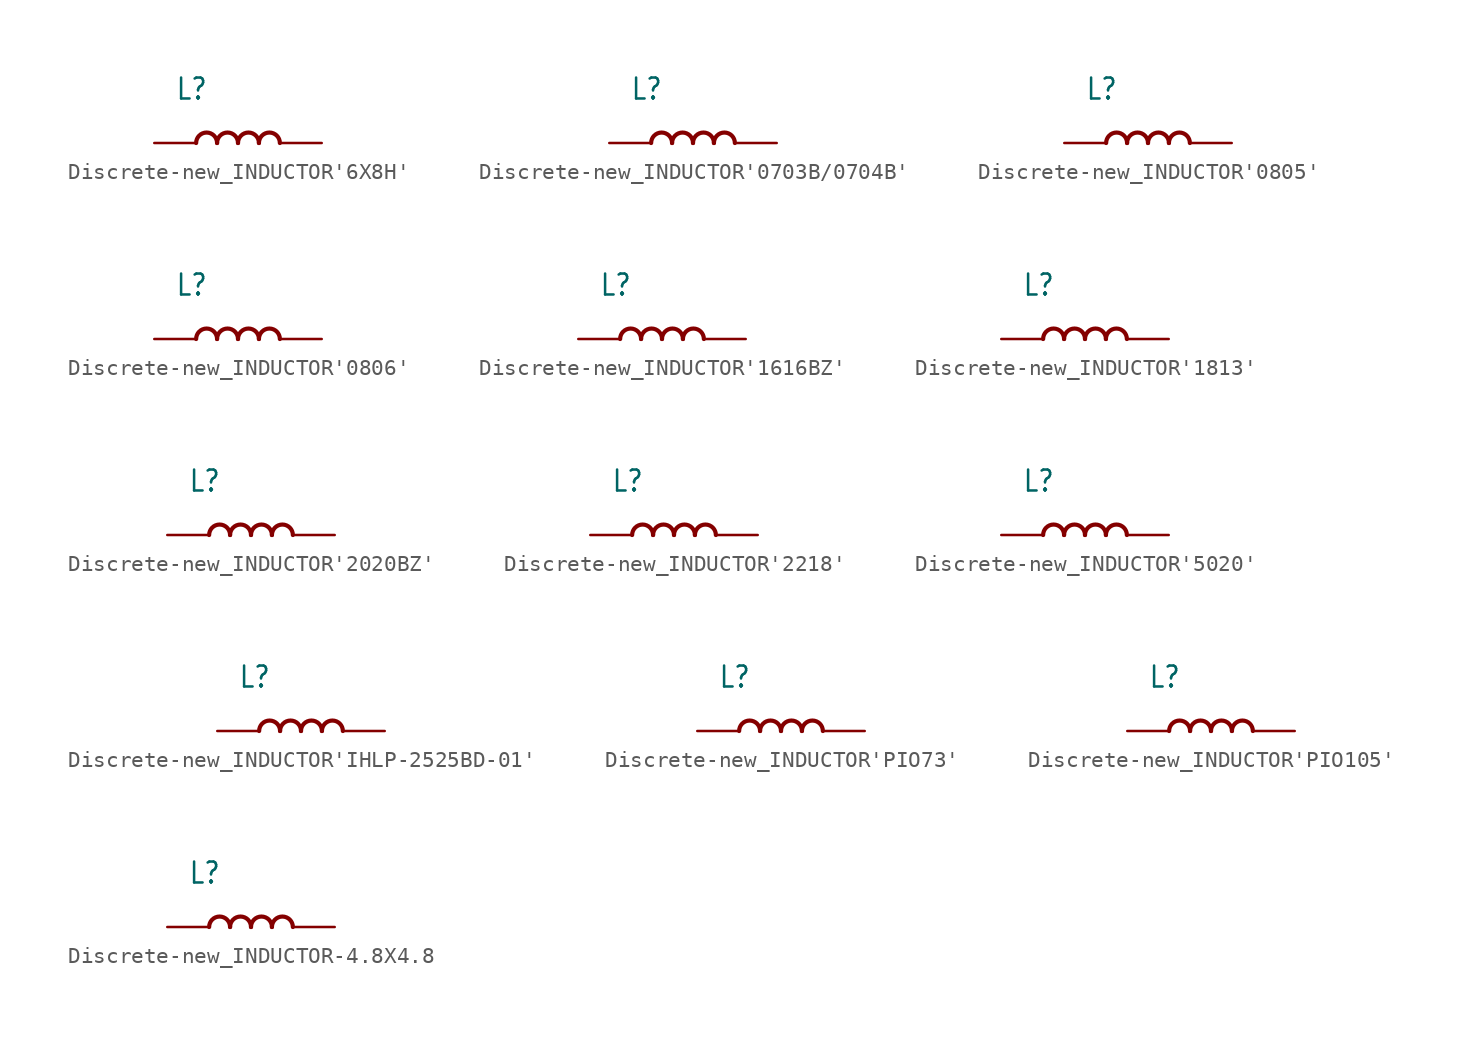
<source format=kicad_sym>
(kicad_symbol_lib
  (version 20231120)
  (generator "kicad_symbol_editor")
  (generator_version "8.0")
  (symbol "Discrete-new_INDUCTOR'6X8H'"
    (property "Reference" "L"
      (at -3.81 2.54 0)
      (effects (font (size 1.27 1.079)) (justify left bottom)))
    (property "Value" ""
      (at -3.81 1.27 0)
      (effects (font (size 1.27 1.079)) (justify left bottom)))
    (property "ki_locked" ""
      (at 0 0 0)
      (effects (font (size 1.27 1.27))))
    (symbol "Discrete-new_INDUCTOR'6X8H'_1_0"
      (arc (start -1.27 0) (mid -1.905 0.635) (end -2.54 0) (stroke (width 0.254) (type solid)) (fill (type none)))
      (arc (start 0 0) (mid -0.635 0.635) (end -1.27 0) (stroke (width 0.254) (type solid)) (fill (type none)))
      (arc (start 1.27 0) (mid 0.635 0.635) (end 0 0) (stroke (width 0.254) (type solid)) (fill (type none)))
      (arc (start 2.54 0) (mid 1.905 0.635) (end 1.27 0) (stroke (width 0.254) (type solid)) (fill (type none)))
      (pin passive line (at -5.08 0 0) (length 2.54) (name "1" (effects (font (size 0 0)))) (number "1" (effects (font (size 0 0)))))
      (pin passive line (at 5.08 0 180) (length 2.54) (name "2" (effects (font (size 0 0)))) (number "2" (effects (font (size 0 0)))))))
  (symbol "Discrete-new_INDUCTOR'0703B/0704B'"
    (property "Reference" "L"
      (at -3.81 2.54 0)
      (effects (font (size 1.27 1.079)) (justify left bottom)))
    (property "Value" ""
      (at -3.81 1.27 0)
      (effects (font (size 1.27 1.079)) (justify left bottom)))
    (property "ki_locked" ""
      (at 0 0 0)
      (effects (font (size 1.27 1.27))))
    (symbol "Discrete-new_INDUCTOR'0703B/0704B'_1_0"
      (arc (start -1.27 0) (mid -1.905 0.635) (end -2.54 0) (stroke (width 0.254) (type solid)) (fill (type none)))
      (arc (start 0 0) (mid -0.635 0.635) (end -1.27 0) (stroke (width 0.254) (type solid)) (fill (type none)))
      (arc (start 1.27 0) (mid 0.635 0.635) (end 0 0) (stroke (width 0.254) (type solid)) (fill (type none)))
      (arc (start 2.54 0) (mid 1.905 0.635) (end 1.27 0) (stroke (width 0.254) (type solid)) (fill (type none)))
      (pin passive line (at -5.08 0 0) (length 2.54) (name "1" (effects (font (size 0 0)))) (number "1" (effects (font (size 0 0)))))
      (pin passive line (at 5.08 0 180) (length 2.54) (name "2" (effects (font (size 0 0)))) (number "2" (effects (font (size 0 0)))))))
  (symbol "Discrete-new_INDUCTOR'0805'"
    (property "Reference" "L"
      (at -3.81 2.54 0)
      (effects (font (size 1.27 1.079)) (justify left bottom)))
    (property "Value" ""
      (at -3.81 1.27 0)
      (effects (font (size 1.27 1.079)) (justify left bottom)))
    (property "ki_locked" ""
      (at 0 0 0)
      (effects (font (size 1.27 1.27))))
    (symbol "Discrete-new_INDUCTOR'0805'_1_0"
      (arc (start -1.27 0) (mid -1.905 0.635) (end -2.54 0) (stroke (width 0.254) (type solid)) (fill (type none)))
      (arc (start 0 0) (mid -0.635 0.635) (end -1.27 0) (stroke (width 0.254) (type solid)) (fill (type none)))
      (arc (start 1.27 0) (mid 0.635 0.635) (end 0 0) (stroke (width 0.254) (type solid)) (fill (type none)))
      (arc (start 2.54 0) (mid 1.905 0.635) (end 1.27 0) (stroke (width 0.254) (type solid)) (fill (type none)))
      (pin passive line (at -5.08 0 0) (length 2.54) (name "1" (effects (font (size 0 0)))) (number "1" (effects (font (size 0 0)))))
      (pin passive line (at 5.08 0 180) (length 2.54) (name "2" (effects (font (size 0 0)))) (number "2" (effects (font (size 0 0)))))))
  (symbol "Discrete-new_INDUCTOR'0806'"
    (property "Reference" "L"
      (at -3.81 2.54 0)
      (effects (font (size 1.27 1.079)) (justify left bottom)))
    (property "Value" ""
      (at -3.81 1.27 0)
      (effects (font (size 1.27 1.079)) (justify left bottom)))
    (property "ki_locked" ""
      (at 0 0 0)
      (effects (font (size 1.27 1.27))))
    (symbol "Discrete-new_INDUCTOR'0806'_1_0"
      (arc (start -1.27 0) (mid -1.905 0.635) (end -2.54 0) (stroke (width 0.254) (type solid)) (fill (type none)))
      (arc (start 0 0) (mid -0.635 0.635) (end -1.27 0) (stroke (width 0.254) (type solid)) (fill (type none)))
      (arc (start 1.27 0) (mid 0.635 0.635) (end 0 0) (stroke (width 0.254) (type solid)) (fill (type none)))
      (arc (start 2.54 0) (mid 1.905 0.635) (end 1.27 0) (stroke (width 0.254) (type solid)) (fill (type none)))
      (pin passive line (at -5.08 0 0) (length 2.54) (name "1" (effects (font (size 0 0)))) (number "1" (effects (font (size 0 0)))))
      (pin passive line (at 5.08 0 180) (length 2.54) (name "2" (effects (font (size 0 0)))) (number "2" (effects (font (size 0 0)))))))
  (symbol "Discrete-new_INDUCTOR'1616BZ'"
    (property "Reference" "L"
      (at -3.81 2.54 0)
      (effects (font (size 1.27 1.079)) (justify left bottom)))
    (property "Value" ""
      (at -3.81 1.27 0)
      (effects (font (size 1.27 1.079)) (justify left bottom)))
    (property "ki_locked" ""
      (at 0 0 0)
      (effects (font (size 1.27 1.27))))
    (symbol "Discrete-new_INDUCTOR'1616BZ'_1_0"
      (arc (start -1.27 0) (mid -1.905 0.635) (end -2.54 0) (stroke (width 0.254) (type solid)) (fill (type none)))
      (arc (start 0 0) (mid -0.635 0.635) (end -1.27 0) (stroke (width 0.254) (type solid)) (fill (type none)))
      (arc (start 1.27 0) (mid 0.635 0.635) (end 0 0) (stroke (width 0.254) (type solid)) (fill (type none)))
      (arc (start 2.54 0) (mid 1.905 0.635) (end 1.27 0) (stroke (width 0.254) (type solid)) (fill (type none)))
      (pin passive line (at -5.08 0 0) (length 2.54) (name "1" (effects (font (size 0 0)))) (number "1" (effects (font (size 0 0)))))
      (pin passive line (at 5.08 0 180) (length 2.54) (name "2" (effects (font (size 0 0)))) (number "2" (effects (font (size 0 0)))))))
  (symbol "Discrete-new_INDUCTOR'1813'"
    (property "Reference" "L"
      (at -3.81 2.54 0)
      (effects (font (size 1.27 1.079)) (justify left bottom)))
    (property "Value" ""
      (at -3.81 1.27 0)
      (effects (font (size 1.27 1.079)) (justify left bottom)))
    (property "ki_locked" ""
      (at 0 0 0)
      (effects (font (size 1.27 1.27))))
    (symbol "Discrete-new_INDUCTOR'1813'_1_0"
      (arc (start -1.27 0) (mid -1.905 0.635) (end -2.54 0) (stroke (width 0.254) (type solid)) (fill (type none)))
      (arc (start 0 0) (mid -0.635 0.635) (end -1.27 0) (stroke (width 0.254) (type solid)) (fill (type none)))
      (arc (start 1.27 0) (mid 0.635 0.635) (end 0 0) (stroke (width 0.254) (type solid)) (fill (type none)))
      (arc (start 2.54 0) (mid 1.905 0.635) (end 1.27 0) (stroke (width 0.254) (type solid)) (fill (type none)))
      (pin passive line (at -5.08 0 0) (length 2.54) (name "1" (effects (font (size 0 0)))) (number "1" (effects (font (size 0 0)))))
      (pin passive line (at 5.08 0 180) (length 2.54) (name "2" (effects (font (size 0 0)))) (number "2" (effects (font (size 0 0)))))))
  (symbol "Discrete-new_INDUCTOR'2020BZ'"
    (property "Reference" "L"
      (at -3.81 2.54 0)
      (effects (font (size 1.27 1.079)) (justify left bottom)))
    (property "Value" ""
      (at -3.81 1.27 0)
      (effects (font (size 1.27 1.079)) (justify left bottom)))
    (property "ki_locked" ""
      (at 0 0 0)
      (effects (font (size 1.27 1.27))))
    (symbol "Discrete-new_INDUCTOR'2020BZ'_1_0"
      (arc (start -1.27 0) (mid -1.905 0.635) (end -2.54 0) (stroke (width 0.254) (type solid)) (fill (type none)))
      (arc (start 0 0) (mid -0.635 0.635) (end -1.27 0) (stroke (width 0.254) (type solid)) (fill (type none)))
      (arc (start 1.27 0) (mid 0.635 0.635) (end 0 0) (stroke (width 0.254) (type solid)) (fill (type none)))
      (arc (start 2.54 0) (mid 1.905 0.635) (end 1.27 0) (stroke (width 0.254) (type solid)) (fill (type none)))
      (pin passive line (at -5.08 0 0) (length 2.54) (name "1" (effects (font (size 0 0)))) (number "1" (effects (font (size 0 0)))))
      (pin passive line (at 5.08 0 180) (length 2.54) (name "2" (effects (font (size 0 0)))) (number "2" (effects (font (size 0 0)))))))
  (symbol "Discrete-new_INDUCTOR'2218'"
    (property "Reference" "L"
      (at -3.81 2.54 0)
      (effects (font (size 1.27 1.079)) (justify left bottom)))
    (property "Value" ""
      (at -3.81 1.27 0)
      (effects (font (size 1.27 1.079)) (justify left bottom)))
    (property "ki_locked" ""
      (at 0 0 0)
      (effects (font (size 1.27 1.27))))
    (symbol "Discrete-new_INDUCTOR'2218'_1_0"
      (arc (start -1.27 0) (mid -1.905 0.635) (end -2.54 0) (stroke (width 0.254) (type solid)) (fill (type none)))
      (arc (start 0 0) (mid -0.635 0.635) (end -1.27 0) (stroke (width 0.254) (type solid)) (fill (type none)))
      (arc (start 1.27 0) (mid 0.635 0.635) (end 0 0) (stroke (width 0.254) (type solid)) (fill (type none)))
      (arc (start 2.54 0) (mid 1.905 0.635) (end 1.27 0) (stroke (width 0.254) (type solid)) (fill (type none)))
      (pin passive line (at -5.08 0 0) (length 2.54) (name "1" (effects (font (size 0 0)))) (number "P$1" (effects (font (size 0 0)))))
      (pin passive line (at 5.08 0 180) (length 2.54) (name "2" (effects (font (size 0 0)))) (number "P$2" (effects (font (size 0 0)))))))
  (symbol "Discrete-new_INDUCTOR'5020'"
    (property "Reference" "L"
      (at -3.81 2.54 0)
      (effects (font (size 1.27 1.079)) (justify left bottom)))
    (property "Value" ""
      (at -3.81 1.27 0)
      (effects (font (size 1.27 1.079)) (justify left bottom)))
    (property "ki_locked" ""
      (at 0 0 0)
      (effects (font (size 1.27 1.27))))
    (symbol "Discrete-new_INDUCTOR'5020'_1_0"
      (arc (start -1.27 0) (mid -1.905 0.635) (end -2.54 0) (stroke (width 0.254) (type solid)) (fill (type none)))
      (arc (start 0 0) (mid -0.635 0.635) (end -1.27 0) (stroke (width 0.254) (type solid)) (fill (type none)))
      (arc (start 1.27 0) (mid 0.635 0.635) (end 0 0) (stroke (width 0.254) (type solid)) (fill (type none)))
      (arc (start 2.54 0) (mid 1.905 0.635) (end 1.27 0) (stroke (width 0.254) (type solid)) (fill (type none)))
      (pin passive line (at -5.08 0 0) (length 2.54) (name "1" (effects (font (size 0 0)))) (number "1" (effects (font (size 0 0)))))
      (pin passive line (at 5.08 0 180) (length 2.54) (name "2" (effects (font (size 0 0)))) (number "2" (effects (font (size 0 0)))))))
  (symbol "Discrete-new_INDUCTOR'IHLP-2525BD-01'"
    (property "Reference" "L"
      (at -3.81 2.54 0)
      (effects (font (size 1.27 1.079)) (justify left bottom)))
    (property "Value" ""
      (at -3.81 1.27 0)
      (effects (font (size 1.27 1.079)) (justify left bottom)))
    (property "ki_locked" ""
      (at 0 0 0)
      (effects (font (size 1.27 1.27))))
    (symbol "Discrete-new_INDUCTOR'IHLP-2525BD-01'_1_0"
      (arc (start -1.27 0) (mid -1.905 0.635) (end -2.54 0) (stroke (width 0.254) (type solid)) (fill (type none)))
      (arc (start 0 0) (mid -0.635 0.635) (end -1.27 0) (stroke (width 0.254) (type solid)) (fill (type none)))
      (arc (start 1.27 0) (mid 0.635 0.635) (end 0 0) (stroke (width 0.254) (type solid)) (fill (type none)))
      (arc (start 2.54 0) (mid 1.905 0.635) (end 1.27 0) (stroke (width 0.254) (type solid)) (fill (type none)))
      (pin passive line (at -5.08 0 0) (length 2.54) (name "1" (effects (font (size 0 0)))) (number "1" (effects (font (size 0 0)))))
      (pin passive line (at 5.08 0 180) (length 2.54) (name "2" (effects (font (size 0 0)))) (number "2" (effects (font (size 0 0)))))))
  (symbol "Discrete-new_INDUCTOR'PIO73'"
    (property "Reference" "L"
      (at -3.81 2.54 0)
      (effects (font (size 1.27 1.079)) (justify left bottom)))
    (property "Value" ""
      (at -3.81 1.27 0)
      (effects (font (size 1.27 1.079)) (justify left bottom)))
    (property "ki_locked" ""
      (at 0 0 0)
      (effects (font (size 1.27 1.27))))
    (symbol "Discrete-new_INDUCTOR'PIO73'_1_0"
      (arc (start -1.27 0) (mid -1.905 0.635) (end -2.54 0) (stroke (width 0.254) (type solid)) (fill (type none)))
      (arc (start 0 0) (mid -0.635 0.635) (end -1.27 0) (stroke (width 0.254) (type solid)) (fill (type none)))
      (arc (start 1.27 0) (mid 0.635 0.635) (end 0 0) (stroke (width 0.254) (type solid)) (fill (type none)))
      (arc (start 2.54 0) (mid 1.905 0.635) (end 1.27 0) (stroke (width 0.254) (type solid)) (fill (type none)))
      (pin passive line (at -5.08 0 0) (length 2.54) (name "1" (effects (font (size 0 0)))) (number "1" (effects (font (size 0 0)))))
      (pin passive line (at 5.08 0 180) (length 2.54) (name "2" (effects (font (size 0 0)))) (number "2" (effects (font (size 0 0)))))))
  (symbol "Discrete-new_INDUCTOR'PIO105'"
    (property "Reference" "L"
      (at -3.81 2.54 0)
      (effects (font (size 1.27 1.079)) (justify left bottom)))
    (property "Value" ""
      (at -3.81 1.27 0)
      (effects (font (size 1.27 1.079)) (justify left bottom)))
    (property "ki_locked" ""
      (at 0 0 0)
      (effects (font (size 1.27 1.27))))
    (symbol "Discrete-new_INDUCTOR'PIO105'_1_0"
      (arc (start -1.27 0) (mid -1.905 0.635) (end -2.54 0) (stroke (width 0.254) (type solid)) (fill (type none)))
      (arc (start 0 0) (mid -0.635 0.635) (end -1.27 0) (stroke (width 0.254) (type solid)) (fill (type none)))
      (arc (start 1.27 0) (mid 0.635 0.635) (end 0 0) (stroke (width 0.254) (type solid)) (fill (type none)))
      (arc (start 2.54 0) (mid 1.905 0.635) (end 1.27 0) (stroke (width 0.254) (type solid)) (fill (type none)))
      (pin passive line (at -5.08 0 0) (length 2.54) (name "1" (effects (font (size 0 0)))) (number "1" (effects (font (size 0 0)))))
      (pin passive line (at 5.08 0 180) (length 2.54) (name "2" (effects (font (size 0 0)))) (number "2" (effects (font (size 0 0)))))))
  (symbol "Discrete-new_INDUCTOR-4.8X4.8"
    (property "Reference" "L"
      (at -3.81 2.54 0)
      (effects (font (size 1.27 1.079)) (justify left bottom)))
    (property "Value" ""
      (at -3.81 1.27 0)
      (effects (font (size 1.27 1.079)) (justify left bottom)))
    (property "ki_locked" ""
      (at 0 0 0)
      (effects (font (size 1.27 1.27))))
    (symbol "Discrete-new_INDUCTOR-4.8X4.8_1_0"
      (arc (start -1.27 0) (mid -1.905 0.635) (end -2.54 0) (stroke (width 0.254) (type solid)) (fill (type none)))
      (arc (start 0 0) (mid -0.635 0.635) (end -1.27 0) (stroke (width 0.254) (type solid)) (fill (type none)))
      (arc (start 1.27 0) (mid 0.635 0.635) (end 0 0) (stroke (width 0.254) (type solid)) (fill (type none)))
      (arc (start 2.54 0) (mid 1.905 0.635) (end 1.27 0) (stroke (width 0.254) (type solid)) (fill (type none)))
      (pin passive line (at -5.08 0 0) (length 2.54) (name "1" (effects (font (size 0 0)))) (number "1" (effects (font (size 0 0)))))
      (pin passive line (at 5.08 0 180) (length 2.54) (name "2" (effects (font (size 0 0)))) (number "2" (effects (font (size 0 0))))))))
</source>
